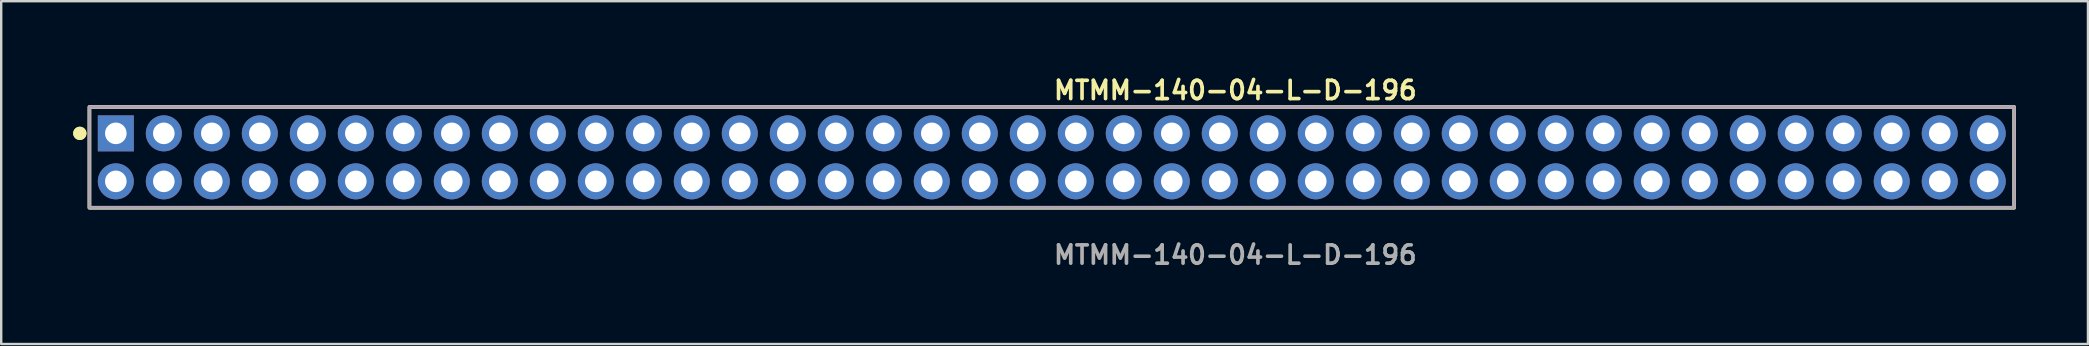
<source format=kicad_pcb>
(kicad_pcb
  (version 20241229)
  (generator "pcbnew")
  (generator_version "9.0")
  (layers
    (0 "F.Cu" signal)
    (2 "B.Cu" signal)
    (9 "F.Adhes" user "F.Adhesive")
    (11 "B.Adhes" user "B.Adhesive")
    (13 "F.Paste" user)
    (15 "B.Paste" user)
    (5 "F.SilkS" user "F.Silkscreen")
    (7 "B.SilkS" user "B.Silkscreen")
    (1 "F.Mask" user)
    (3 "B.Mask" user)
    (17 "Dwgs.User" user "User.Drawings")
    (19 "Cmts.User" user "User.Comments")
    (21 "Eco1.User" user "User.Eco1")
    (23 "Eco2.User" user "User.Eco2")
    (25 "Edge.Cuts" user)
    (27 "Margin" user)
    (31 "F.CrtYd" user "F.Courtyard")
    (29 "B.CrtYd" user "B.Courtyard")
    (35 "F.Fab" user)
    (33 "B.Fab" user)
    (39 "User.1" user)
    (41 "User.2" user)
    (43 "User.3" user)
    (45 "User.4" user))
  (footprint "MTMM-140-04-L-D-196"
    (layer "F.Cu")
    (at 40.776 3.507)
    (property "Reference" "MTMM-140-04-L-D-196" (at 0 -2.794 0) (unlocked yes) (layer "F.SilkS") (effects (font (size 0.762 0.762) (thickness 0.152)) (justify left)))
    (fp_rect (start -40.1 2.1) (end 40.1 -2.1) (stroke (width 0.152) (type solid)) (fill no) (layer "F.SilkS"))
    (fp_circle (center -40.5 -1) (end -40.7 -1) (stroke (width 0.152) (type solid)) (fill yes) (layer "F.SilkS"))
    (fp_circle (center -40.5 -1) (end -40.7 -1) (stroke (width 0.152) (type solid)) (fill yes) (layer "F.SilkS"))
    (fp_rect (start -40.1 2.1) (end 40.1 -2.1) (stroke (width 0.006) (type solid)) (fill no) (layer "F.CrtYd"))
    (fp_rect (start -40.1 2.1) (end 40.1 -2.1) (stroke (width 0.152) (type solid)) (fill no) (layer "F.Fab"))
    (fp_text user "${REFERENCE}" (at 0 4.064 0) (unlocked yes) (layer "F.Fab") (effects (font (size 0.762 0.762) (thickness 0.152)) (justify left)))
    (pad "1" thru_hole rect (at -39 -1) (size 1.5 1.5) (drill 0.9) (layers "*.Cu" "*.Mask"))
    (pad "2" thru_hole circle (at -39 1) (size 1.5 1.5) (drill 0.9) (layers "*.Cu" "*.Mask"))
    (pad "3" thru_hole circle (at -37 -1) (size 1.5 1.5) (drill 0.9) (layers "*.Cu" "*.Mask"))
    (pad "4" thru_hole circle (at -37 1) (size 1.5 1.5) (drill 0.9) (layers "*.Cu" "*.Mask"))
    (pad "5" thru_hole circle (at -35 -1) (size 1.5 1.5) (drill 0.9) (layers "*.Cu" "*.Mask"))
    (pad "6" thru_hole circle (at -35 1) (size 1.5 1.5) (drill 0.9) (layers "*.Cu" "*.Mask"))
    (pad "7" thru_hole circle (at -33 -1) (size 1.5 1.5) (drill 0.9) (layers "*.Cu" "*.Mask"))
    (pad "8" thru_hole circle (at -33 1) (size 1.5 1.5) (drill 0.9) (layers "*.Cu" "*.Mask"))
    (pad "9" thru_hole circle (at -31 -1) (size 1.5 1.5) (drill 0.9) (layers "*.Cu" "*.Mask"))
    (pad "10" thru_hole circle (at -31 1) (size 1.5 1.5) (drill 0.9) (layers "*.Cu" "*.Mask"))
    (pad "11" thru_hole circle (at -29 -1) (size 1.5 1.5) (drill 0.9) (layers "*.Cu" "*.Mask"))
    (pad "12" thru_hole circle (at -29 1) (size 1.5 1.5) (drill 0.9) (layers "*.Cu" "*.Mask"))
    (pad "13" thru_hole circle (at -27 -1) (size 1.5 1.5) (drill 0.9) (layers "*.Cu" "*.Mask"))
    (pad "14" thru_hole circle (at -27 1) (size 1.5 1.5) (drill 0.9) (layers "*.Cu" "*.Mask"))
    (pad "15" thru_hole circle (at -25 -1) (size 1.5 1.5) (drill 0.9) (layers "*.Cu" "*.Mask"))
    (pad "16" thru_hole circle (at -25 1) (size 1.5 1.5) (drill 0.9) (layers "*.Cu" "*.Mask"))
    (pad "17" thru_hole circle (at -23 -1) (size 1.5 1.5) (drill 0.9) (layers "*.Cu" "*.Mask"))
    (pad "18" thru_hole circle (at -23 1) (size 1.5 1.5) (drill 0.9) (layers "*.Cu" "*.Mask"))
    (pad "19" thru_hole circle (at -21 -1) (size 1.5 1.5) (drill 0.9) (layers "*.Cu" "*.Mask"))
    (pad "20" thru_hole circle (at -21 1) (size 1.5 1.5) (drill 0.9) (layers "*.Cu" "*.Mask"))
    (pad "21" thru_hole circle (at -19 -1) (size 1.5 1.5) (drill 0.9) (layers "*.Cu" "*.Mask"))
    (pad "22" thru_hole circle (at -19 1) (size 1.5 1.5) (drill 0.9) (layers "*.Cu" "*.Mask"))
    (pad "23" thru_hole circle (at -17 -1) (size 1.5 1.5) (drill 0.9) (layers "*.Cu" "*.Mask"))
    (pad "24" thru_hole circle (at -17 1) (size 1.5 1.5) (drill 0.9) (layers "*.Cu" "*.Mask"))
    (pad "25" thru_hole circle (at -15 -1) (size 1.5 1.5) (drill 0.9) (layers "*.Cu" "*.Mask"))
    (pad "26" thru_hole circle (at -15 1) (size 1.5 1.5) (drill 0.9) (layers "*.Cu" "*.Mask"))
    (pad "27" thru_hole circle (at -13 -1) (size 1.5 1.5) (drill 0.9) (layers "*.Cu" "*.Mask"))
    (pad "28" thru_hole circle (at -13 1) (size 1.5 1.5) (drill 0.9) (layers "*.Cu" "*.Mask"))
    (pad "29" thru_hole circle (at -11 -1) (size 1.5 1.5) (drill 0.9) (layers "*.Cu" "*.Mask"))
    (pad "30" thru_hole circle (at -11 1) (size 1.5 1.5) (drill 0.9) (layers "*.Cu" "*.Mask"))
    (pad "31" thru_hole circle (at -9 -1) (size 1.5 1.5) (drill 0.9) (layers "*.Cu" "*.Mask"))
    (pad "32" thru_hole circle (at -9 1) (size 1.5 1.5) (drill 0.9) (layers "*.Cu" "*.Mask"))
    (pad "33" thru_hole circle (at -7 -1) (size 1.5 1.5) (drill 0.9) (layers "*.Cu" "*.Mask"))
    (pad "34" thru_hole circle (at -7 1) (size 1.5 1.5) (drill 0.9) (layers "*.Cu" "*.Mask"))
    (pad "35" thru_hole circle (at -5 -1) (size 1.5 1.5) (drill 0.9) (layers "*.Cu" "*.Mask"))
    (pad "36" thru_hole circle (at -5 1) (size 1.5 1.5) (drill 0.9) (layers "*.Cu" "*.Mask"))
    (pad "37" thru_hole circle (at -3 -1) (size 1.5 1.5) (drill 0.9) (layers "*.Cu" "*.Mask"))
    (pad "38" thru_hole circle (at -3 1) (size 1.5 1.5) (drill 0.9) (layers "*.Cu" "*.Mask"))
    (pad "39" thru_hole circle (at -1 -1) (size 1.5 1.5) (drill 0.9) (layers "*.Cu" "*.Mask"))
    (pad "40" thru_hole circle (at -1 1) (size 1.5 1.5) (drill 0.9) (layers "*.Cu" "*.Mask"))
    (pad "41" thru_hole circle (at 1 -1) (size 1.5 1.5) (drill 0.9) (layers "*.Cu" "*.Mask"))
    (pad "42" thru_hole circle (at 1 1) (size 1.5 1.5) (drill 0.9) (layers "*.Cu" "*.Mask"))
    (pad "43" thru_hole circle (at 3 -1) (size 1.5 1.5) (drill 0.9) (layers "*.Cu" "*.Mask"))
    (pad "44" thru_hole circle (at 3 1) (size 1.5 1.5) (drill 0.9) (layers "*.Cu" "*.Mask"))
    (pad "45" thru_hole circle (at 5 -1) (size 1.5 1.5) (drill 0.9) (layers "*.Cu" "*.Mask"))
    (pad "46" thru_hole circle (at 5 1) (size 1.5 1.5) (drill 0.9) (layers "*.Cu" "*.Mask"))
    (pad "47" thru_hole circle (at 7 -1) (size 1.5 1.5) (drill 0.9) (layers "*.Cu" "*.Mask"))
    (pad "48" thru_hole circle (at 7 1) (size 1.5 1.5) (drill 0.9) (layers "*.Cu" "*.Mask"))
    (pad "49" thru_hole circle (at 9 -1) (size 1.5 1.5) (drill 0.9) (layers "*.Cu" "*.Mask"))
    (pad "50" thru_hole circle (at 9 1) (size 1.5 1.5) (drill 0.9) (layers "*.Cu" "*.Mask"))
    (pad "51" thru_hole circle (at 11 -1) (size 1.5 1.5) (drill 0.9) (layers "*.Cu" "*.Mask"))
    (pad "52" thru_hole circle (at 11 1) (size 1.5 1.5) (drill 0.9) (layers "*.Cu" "*.Mask"))
    (pad "53" thru_hole circle (at 13 -1) (size 1.5 1.5) (drill 0.9) (layers "*.Cu" "*.Mask"))
    (pad "54" thru_hole circle (at 13 1) (size 1.5 1.5) (drill 0.9) (layers "*.Cu" "*.Mask"))
    (pad "55" thru_hole circle (at 15 -1) (size 1.5 1.5) (drill 0.9) (layers "*.Cu" "*.Mask"))
    (pad "56" thru_hole circle (at 15 1) (size 1.5 1.5) (drill 0.9) (layers "*.Cu" "*.Mask"))
    (pad "57" thru_hole circle (at 17 -1) (size 1.5 1.5) (drill 0.9) (layers "*.Cu" "*.Mask"))
    (pad "58" thru_hole circle (at 17 1) (size 1.5 1.5) (drill 0.9) (layers "*.Cu" "*.Mask"))
    (pad "59" thru_hole circle (at 19 -1) (size 1.5 1.5) (drill 0.9) (layers "*.Cu" "*.Mask"))
    (pad "60" thru_hole circle (at 19 1) (size 1.5 1.5) (drill 0.9) (layers "*.Cu" "*.Mask"))
    (pad "61" thru_hole circle (at 21 -1) (size 1.5 1.5) (drill 0.9) (layers "*.Cu" "*.Mask"))
    (pad "62" thru_hole circle (at 21 1) (size 1.5 1.5) (drill 0.9) (layers "*.Cu" "*.Mask"))
    (pad "63" thru_hole circle (at 23 -1) (size 1.5 1.5) (drill 0.9) (layers "*.Cu" "*.Mask"))
    (pad "64" thru_hole circle (at 23 1) (size 1.5 1.5) (drill 0.9) (layers "*.Cu" "*.Mask"))
    (pad "65" thru_hole circle (at 25 -1) (size 1.5 1.5) (drill 0.9) (layers "*.Cu" "*.Mask"))
    (pad "66" thru_hole circle (at 25 1) (size 1.5 1.5) (drill 0.9) (layers "*.Cu" "*.Mask"))
    (pad "67" thru_hole circle (at 27 -1) (size 1.5 1.5) (drill 0.9) (layers "*.Cu" "*.Mask"))
    (pad "68" thru_hole circle (at 27 1) (size 1.5 1.5) (drill 0.9) (layers "*.Cu" "*.Mask"))
    (pad "69" thru_hole circle (at 29 -1) (size 1.5 1.5) (drill 0.9) (layers "*.Cu" "*.Mask"))
    (pad "70" thru_hole circle (at 29 1) (size 1.5 1.5) (drill 0.9) (layers "*.Cu" "*.Mask"))
    (pad "71" thru_hole circle (at 31 -1) (size 1.5 1.5) (drill 0.9) (layers "*.Cu" "*.Mask"))
    (pad "72" thru_hole circle (at 31 1) (size 1.5 1.5) (drill 0.9) (layers "*.Cu" "*.Mask"))
    (pad "73" thru_hole circle (at 33 -1) (size 1.5 1.5) (drill 0.9) (layers "*.Cu" "*.Mask"))
    (pad "74" thru_hole circle (at 33 1) (size 1.5 1.5) (drill 0.9) (layers "*.Cu" "*.Mask"))
    (pad "75" thru_hole circle (at 35 -1) (size 1.5 1.5) (drill 0.9) (layers "*.Cu" "*.Mask"))
    (pad "76" thru_hole circle (at 35 1) (size 1.5 1.5) (drill 0.9) (layers "*.Cu" "*.Mask"))
    (pad "77" thru_hole circle (at 37 -1) (size 1.5 1.5) (drill 0.9) (layers "*.Cu" "*.Mask"))
    (pad "78" thru_hole circle (at 37 1) (size 1.5 1.5) (drill 0.9) (layers "*.Cu" "*.Mask"))
    (pad "79" thru_hole circle (at 39 -1) (size 1.5 1.5) (drill 0.9) (layers "*.Cu" "*.Mask"))
    (pad "80" thru_hole circle (at 39 1) (size 1.5 1.5) (drill 0.9) (layers "*.Cu" "*.Mask")))
  (gr_rect
    (start -3 -3)
    (end 83.952 11.284)
    (stroke (width 0.1) (type default))
    (fill no)
    (layer "Edge.Cuts")))
</source>
